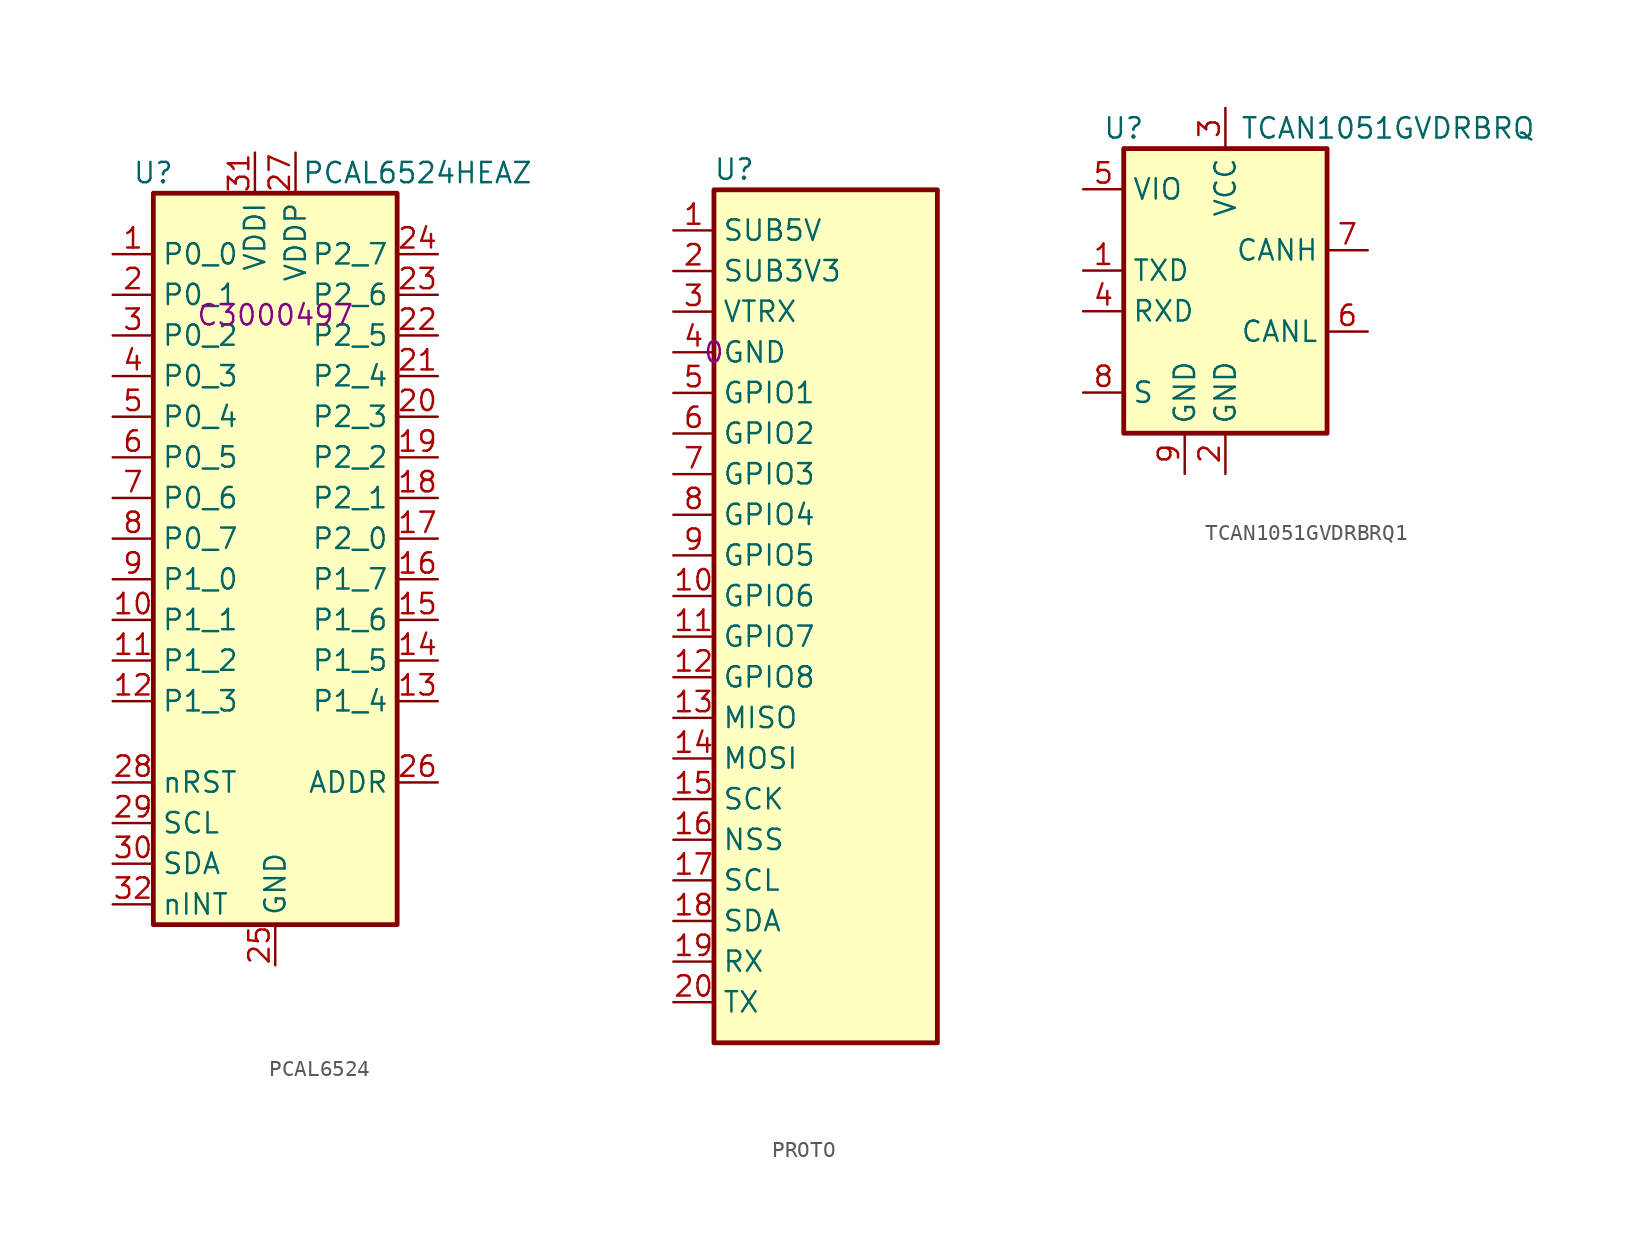
<source format=kicad_sym>
(kicad_symbol_lib
  (version 20220914)
  (generator kicad_symbol_editor)
  (symbol "PCAL6524"
    (property "Reference" "U"
      (at -7.62 8.89 0)
      (effects (font (size 1.27 1.27))))
    (property "Value" "PCAL6524HEAZ"
      (at 8.89 8.89 0)
      (effects (font (size 1.27 1.27))))
    (property "LCSC Part" "C3000497"
      (at 0 0 0)
      (effects (font (size 1.27 1.27))))
    (symbol "PCAL6524_0_0"
      (pin bidirectional line (at -10.16 3.81 0) (length 2.54) (name "P0_0" (effects (font (size 1.27 1.27)))) (number "1" (effects (font (size 1.27 1.27)))))
      (pin bidirectional line (at -10.16 -19.05 0) (length 2.54) (name "P1_1" (effects (font (size 1.27 1.27)))) (number "10" (effects (font (size 1.27 1.27)))))
      (pin bidirectional line (at -10.16 -21.59 0) (length 2.54) (name "P1_2" (effects (font (size 1.27 1.27)))) (number "11" (effects (font (size 1.27 1.27)))))
      (pin bidirectional line (at -10.16 -24.13 0) (length 2.54) (name "P1_3" (effects (font (size 1.27 1.27)))) (number "12" (effects (font (size 1.27 1.27)))))
      (pin bidirectional line (at 10.16 -24.13 180) (length 2.54) (name "P1_4" (effects (font (size 1.27 1.27)))) (number "13" (effects (font (size 1.27 1.27)))))
      (pin bidirectional line (at 10.16 -21.59 180) (length 2.54) (name "P1_5" (effects (font (size 1.27 1.27)))) (number "14" (effects (font (size 1.27 1.27)))))
      (pin bidirectional line (at 10.16 -19.05 180) (length 2.54) (name "P1_6" (effects (font (size 1.27 1.27)))) (number "15" (effects (font (size 1.27 1.27)))))
      (pin bidirectional line (at 10.16 -16.51 180) (length 2.54) (name "P1_7" (effects (font (size 1.27 1.27)))) (number "16" (effects (font (size 1.27 1.27)))))
      (pin bidirectional line (at 10.16 -13.97 180) (length 2.54) (name "P2_0" (effects (font (size 1.27 1.27)))) (number "17" (effects (font (size 1.27 1.27)))))
      (pin bidirectional line (at 10.16 -11.43 180) (length 2.54) (name "P2_1" (effects (font (size 1.27 1.27)))) (number "18" (effects (font (size 1.27 1.27)))))
      (pin bidirectional line (at 10.16 -8.89 180) (length 2.54) (name "P2_2" (effects (font (size 1.27 1.27)))) (number "19" (effects (font (size 1.27 1.27)))))
      (pin bidirectional line (at -10.16 1.27 0) (length 2.54) (name "P0_1" (effects (font (size 1.27 1.27)))) (number "2" (effects (font (size 1.27 1.27)))))
      (pin bidirectional line (at 10.16 -6.35 180) (length 2.54) (name "P2_3" (effects (font (size 1.27 1.27)))) (number "20" (effects (font (size 1.27 1.27)))))
      (pin bidirectional line (at 10.16 -3.81 180) (length 2.54) (name "P2_4" (effects (font (size 1.27 1.27)))) (number "21" (effects (font (size 1.27 1.27)))))
      (pin bidirectional line (at 10.16 -1.27 180) (length 2.54) (name "P2_5" (effects (font (size 1.27 1.27)))) (number "22" (effects (font (size 1.27 1.27)))))
      (pin bidirectional line (at 10.16 1.27 180) (length 2.54) (name "P2_6" (effects (font (size 1.27 1.27)))) (number "23" (effects (font (size 1.27 1.27)))))
      (pin bidirectional line (at 10.16 3.81 180) (length 2.54) (name "P2_7" (effects (font (size 1.27 1.27)))) (number "24" (effects (font (size 1.27 1.27)))))
      (pin power_in line (at 0 -40.64 90) (length 2.54) (name "GND" (effects (font (size 1.27 1.27)))) (number "25" (effects (font (size 1.27 1.27)))))
      (pin passive line (at 10.16 -29.21 180) (length 2.54) (name "ADDR" (effects (font (size 1.27 1.27)))) (number "26" (effects (font (size 1.27 1.27)))))
      (pin power_in line (at 1.27 10.16 270) (length 2.54) (name "VDDP" (effects (font (size 1.27 1.27)))) (number "27" (effects (font (size 1.27 1.27)))))
      (pin input line (at -10.16 -29.21 0) (length 2.54) (name "nRST" (effects (font (size 1.27 1.27)))) (number "28" (effects (font (size 1.27 1.27)))))
      (pin input line (at -10.16 -31.75 0) (length 2.54) (name "SCL" (effects (font (size 1.27 1.27)))) (number "29" (effects (font (size 1.27 1.27)))))
      (pin bidirectional line (at -10.16 -1.27 0) (length 2.54) (name "P0_2" (effects (font (size 1.27 1.27)))) (number "3" (effects (font (size 1.27 1.27)))))
      (pin bidirectional line (at -10.16 -34.29 0) (length 2.54) (name "SDA" (effects (font (size 1.27 1.27)))) (number "30" (effects (font (size 1.27 1.27)))))
      (pin power_in line (at -1.27 10.16 270) (length 2.54) (name "VDDI" (effects (font (size 1.27 1.27)))) (number "31" (effects (font (size 1.27 1.27)))))
      (pin open_collector line (at -10.16 -36.83 0) (length 2.54) (name "nINT" (effects (font (size 1.27 1.27)))) (number "32" (effects (font (size 1.27 1.27)))))
      (pin bidirectional line (at -10.16 -3.81 0) (length 2.54) (name "P0_3" (effects (font (size 1.27 1.27)))) (number "4" (effects (font (size 1.27 1.27)))))
      (pin bidirectional line (at -10.16 -6.35 0) (length 2.54) (name "P0_4" (effects (font (size 1.27 1.27)))) (number "5" (effects (font (size 1.27 1.27)))))
      (pin bidirectional line (at -10.16 -8.89 0) (length 2.54) (name "P0_5" (effects (font (size 1.27 1.27)))) (number "6" (effects (font (size 1.27 1.27)))))
      (pin bidirectional line (at -10.16 -11.43 0) (length 2.54) (name "P0_6" (effects (font (size 1.27 1.27)))) (number "7" (effects (font (size 1.27 1.27)))))
      (pin bidirectional line (at -10.16 -13.97 0) (length 2.54) (name "P0_7" (effects (font (size 1.27 1.27)))) (number "8" (effects (font (size 1.27 1.27)))))
      (pin bidirectional line (at -10.16 -16.51 0) (length 2.54) (name "P1_0" (effects (font (size 1.27 1.27)))) (number "9" (effects (font (size 1.27 1.27))))))
    (symbol "PCAL6524_1_1"
      (rectangle (start -7.62 7.62) (end 7.62 -38.1) (stroke (width 0.3) (type default)) (fill (type background)))))
  (symbol "PROTO"
    (property "Reference" "U"
      (at 1.27 11.43 0)
      (effects (font (size 1.27 1.27))))
    (property "Value" ""
      (at 0 0 0)
      (effects (font (size 1.27 1.27))))
    (property "JLCPCB BOM" "0"
      (at 0 0 0)
      (effects (font (size 1.27 1.27))))
    (symbol "PROTO_1_0"
      (pin bidirectional line (at -2.54 -15.24 0) (length 2.54) (name "GPIO6" (effects (font (size 1.27 1.27)))) (number "10" (effects (font (size 1.27 1.27)))))
      (pin bidirectional line (at -2.54 -17.78 0) (length 2.54) (name "GPIO7" (effects (font (size 1.27 1.27)))) (number "11" (effects (font (size 1.27 1.27)))))
      (pin bidirectional line (at -2.54 -20.32 0) (length 2.54) (name "GPIO8" (effects (font (size 1.27 1.27)))) (number "12" (effects (font (size 1.27 1.27)))))
      (pin bidirectional line (at -2.54 -22.86 0) (length 2.54) (name "MISO" (effects (font (size 1.27 1.27)))) (number "13" (effects (font (size 1.27 1.27)))))
      (pin bidirectional line (at -2.54 -25.4 0) (length 2.54) (name "MOSI" (effects (font (size 1.27 1.27)))) (number "14" (effects (font (size 1.27 1.27)))))
      (pin bidirectional line (at -2.54 -27.94 0) (length 2.54) (name "SCK" (effects (font (size 1.27 1.27)))) (number "15" (effects (font (size 1.27 1.27)))))
      (pin bidirectional line (at -2.54 -30.48 0) (length 2.54) (name "NSS" (effects (font (size 1.27 1.27)))) (number "16" (effects (font (size 1.27 1.27)))))
      (pin bidirectional line (at -2.54 -33.02 0) (length 2.54) (name "SCL" (effects (font (size 1.27 1.27)))) (number "17" (effects (font (size 1.27 1.27)))))
      (pin bidirectional line (at -2.54 -35.56 0) (length 2.54) (name "SDA" (effects (font (size 1.27 1.27)))) (number "18" (effects (font (size 1.27 1.27)))))
      (pin bidirectional line (at -2.54 -38.1 0) (length 2.54) (name "RX" (effects (font (size 1.27 1.27)))) (number "19" (effects (font (size 1.27 1.27)))))
      (pin power_in line (at -2.54 5.08 0) (length 2.54) (name "SUB3V3" (effects (font (size 1.27 1.27)))) (number "2" (effects (font (size 1.27 1.27)))))
      (pin bidirectional line (at -2.54 -40.64 0) (length 2.54) (name "TX" (effects (font (size 1.27 1.27)))) (number "20" (effects (font (size 1.27 1.27)))))
      (pin power_in line (at -2.54 2.54 0) (length 2.54) (name "VTRX" (effects (font (size 1.27 1.27)))) (number "3" (effects (font (size 1.27 1.27)))))
      (pin power_in line (at -2.54 0 0) (length 2.54) (name "GND" (effects (font (size 1.27 1.27)))) (number "4" (effects (font (size 1.27 1.27)))))
      (pin bidirectional line (at -2.54 -2.54 0) (length 2.54) (name "GPIO1" (effects (font (size 1.27 1.27)))) (number "5" (effects (font (size 1.27 1.27)))))
      (pin bidirectional line (at -2.54 -5.08 0) (length 2.54) (name "GPIO2" (effects (font (size 1.27 1.27)))) (number "6" (effects (font (size 1.27 1.27)))))
      (pin bidirectional line (at -2.54 -7.62 0) (length 2.54) (name "GPIO3" (effects (font (size 1.27 1.27)))) (number "7" (effects (font (size 1.27 1.27)))))
      (pin bidirectional line (at -2.54 -10.16 0) (length 2.54) (name "GPIO4" (effects (font (size 1.27 1.27)))) (number "8" (effects (font (size 1.27 1.27)))))
      (pin bidirectional line (at -2.54 -12.7 0) (length 2.54) (name "GPIO5" (effects (font (size 1.27 1.27)))) (number "9" (effects (font (size 1.27 1.27))))))
    (symbol "PROTO_1_1"
      (rectangle (start 0 10.16) (end 13.97 -43.18) (stroke (width 0.3) (type default)) (fill (type background)))
      (pin power_in line (at -2.54 7.62 0) (length 2.54) (name "SUB5V" (effects (font (size 1.27 1.27)))) (number "1" (effects (font (size 1.27 1.27)))))))
  (symbol "TCAN1051GVDRBRQ1"
    (property "Reference" "U"
      (at -6.35 10.16 0)
      (effects (font (size 1.27 1.27))))
    (property "Value" "TCAN1051GVDRBRQ"
      (at 10.16 10.16 0)
      (effects (font (size 1.27 1.27))))
    (symbol "TCAN1051GVDRBRQ1_1_1"
      (rectangle (start -6.35 8.89) (end 6.35 -8.89) (stroke (width 0.3) (type default)) (fill (type background)))
      (pin input line (at -8.89 1.27 0) (length 2.54) (name "TXD" (effects (font (size 1.27 1.27)))) (number "1" (effects (font (size 1.27 1.27)))))
      (pin power_in line (at 0 -11.43 90) (length 2.54) (name "GND" (effects (font (size 1.27 1.27)))) (number "2" (effects (font (size 1.27 1.27)))))
      (pin power_in line (at 0 11.43 270) (length 2.54) (name "VCC" (effects (font (size 1.27 1.27)))) (number "3" (effects (font (size 1.27 1.27)))))
      (pin output line (at -8.89 -1.27 0) (length 2.54) (name "RXD" (effects (font (size 1.27 1.27)))) (number "4" (effects (font (size 1.27 1.27)))))
      (pin power_in line (at -8.89 6.35 0) (length 2.54) (name "VIO" (effects (font (size 1.27 1.27)))) (number "5" (effects (font (size 1.27 1.27)))))
      (pin bidirectional line (at 8.89 -2.54 180) (length 2.54) (name "CANL" (effects (font (size 1.27 1.27)))) (number "6" (effects (font (size 1.27 1.27)))))
      (pin bidirectional line (at 8.89 2.54 180) (length 2.54) (name "CANH" (effects (font (size 1.27 1.27)))) (number "7" (effects (font (size 1.27 1.27)))))
      (pin input line (at -8.89 -6.35 0) (length 2.54) (name "S" (effects (font (size 1.27 1.27)))) (number "8" (effects (font (size 1.27 1.27)))))
      (pin power_in line (at -2.54 -11.43 90) (length 2.54) (name "GND" (effects (font (size 1.27 1.27)))) (number "9" (effects (font (size 1.27 1.27))))))))
</source>
